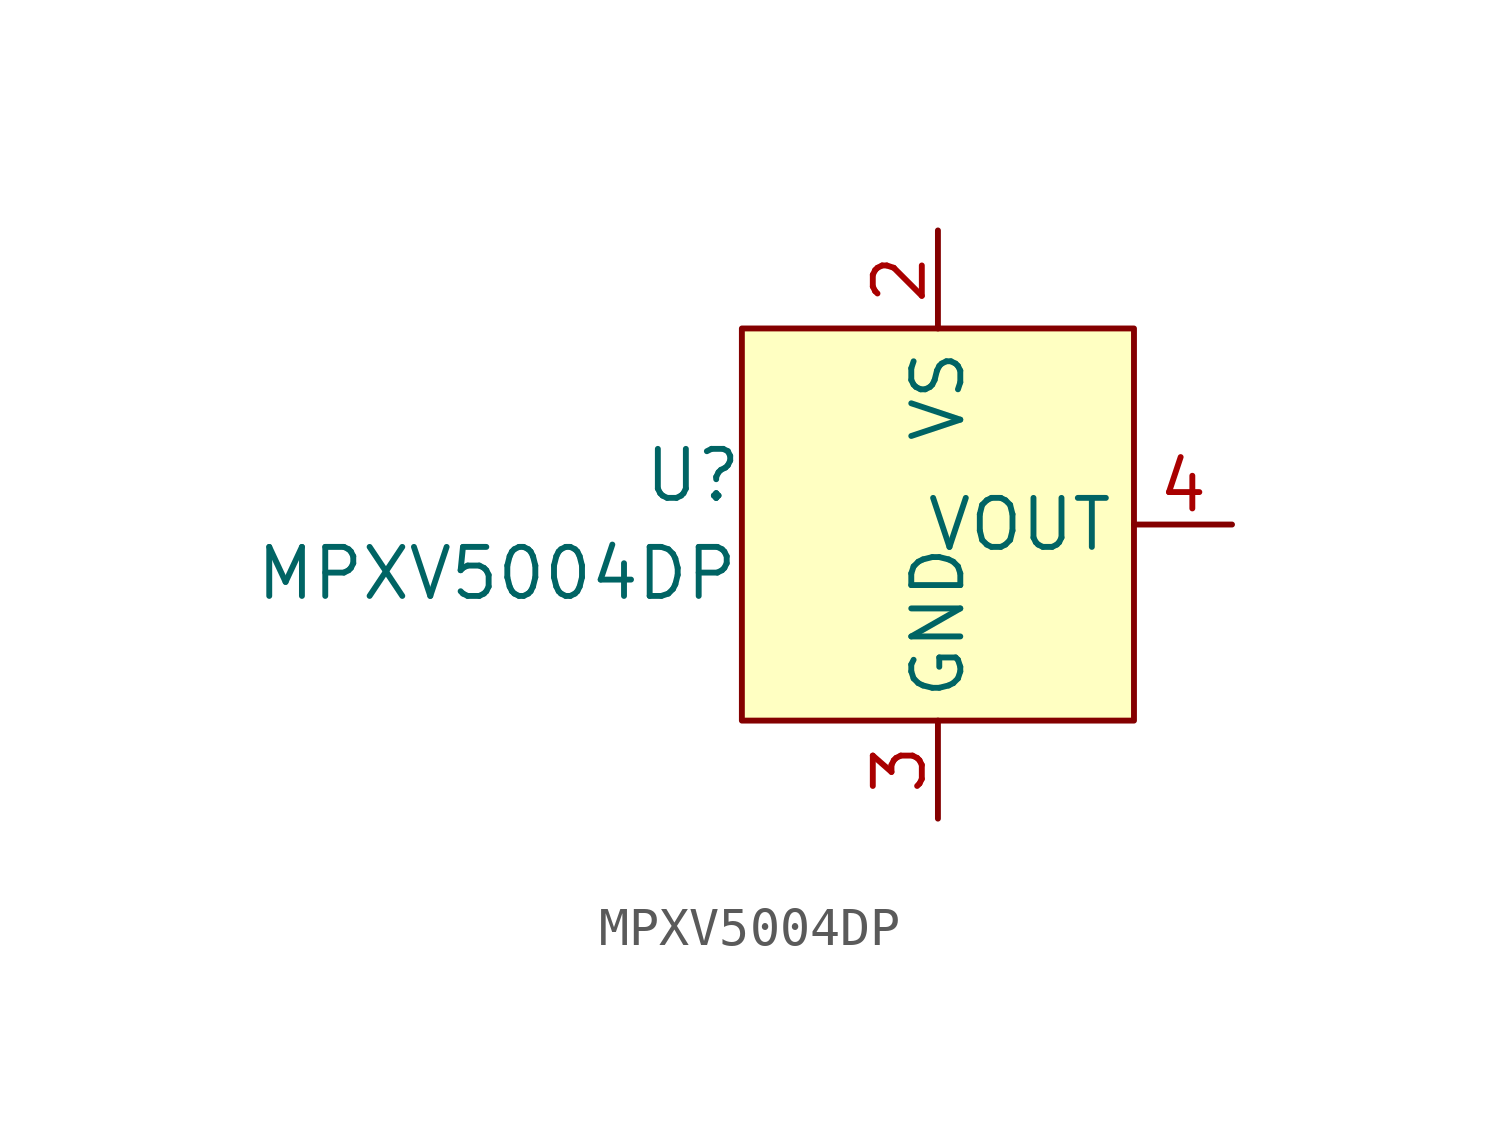
<source format=kicad_sym>
(kicad_symbol_lib
  (version 20211014)
  (generator kicad_symbol_editor)
  (symbol "MPXV5004DP"
    (property "Reference" "U"
      (at -6.35 1.27 0)
      (effects (font (size 1.27 1.27))))
    (property "Value" "MPXV5004DP"
      (at -11.43 -1.27 0)
      (effects (font (size 1.27 1.27))))
    (symbol "MPXV5004DP_0_1"
      (rectangle (start -5.08 5.08) (end 5.08 -5.08) (stroke (width 0) (type default) (color 0 0 0 0)) (fill (type background))))
    (symbol "MPXV5004DP_1_1"
      (pin no_connect line (at -7.62 0 0) (length 2.54) hide (name "DNC" (effects (font (size 1.27 1.27)))) (number "1" (effects (font (size 1.27 1.27)))))
      (pin power_in line (at 0 7.62 270) (length 2.54) (name "VS" (effects (font (size 1.27 1.27)))) (number "2" (effects (font (size 1.27 1.27)))))
      (pin passive line (at 0 -7.62 90) (length 2.54) (name "GND" (effects (font (size 1.27 1.27)))) (number "3" (effects (font (size 1.27 1.27)))))
      (pin output line (at 7.62 0 180) (length 2.54) (name "VOUT" (effects (font (size 1.27 1.27)))) (number "4" (effects (font (size 1.27 1.27)))))
      (pin no_connect line (at -7.62 0 0) (length 2.54) hide (name "DNC" (effects (font (size 1.27 1.27)))) (number "5" (effects (font (size 1.27 1.27)))))
      (pin no_connect line (at -7.62 0 0) (length 2.54) hide (name "DNC" (effects (font (size 1.27 1.27)))) (number "6" (effects (font (size 1.27 1.27)))))
      (pin no_connect line (at -7.62 0 0) (length 2.54) hide (name "DNC" (effects (font (size 1.27 1.27)))) (number "7" (effects (font (size 1.27 1.27)))))
      (pin no_connect line (at -7.62 0 0) (length 2.54) hide (name "DNC" (effects (font (size 1.27 1.27)))) (number "8" (effects (font (size 1.27 1.27))))))))
</source>
